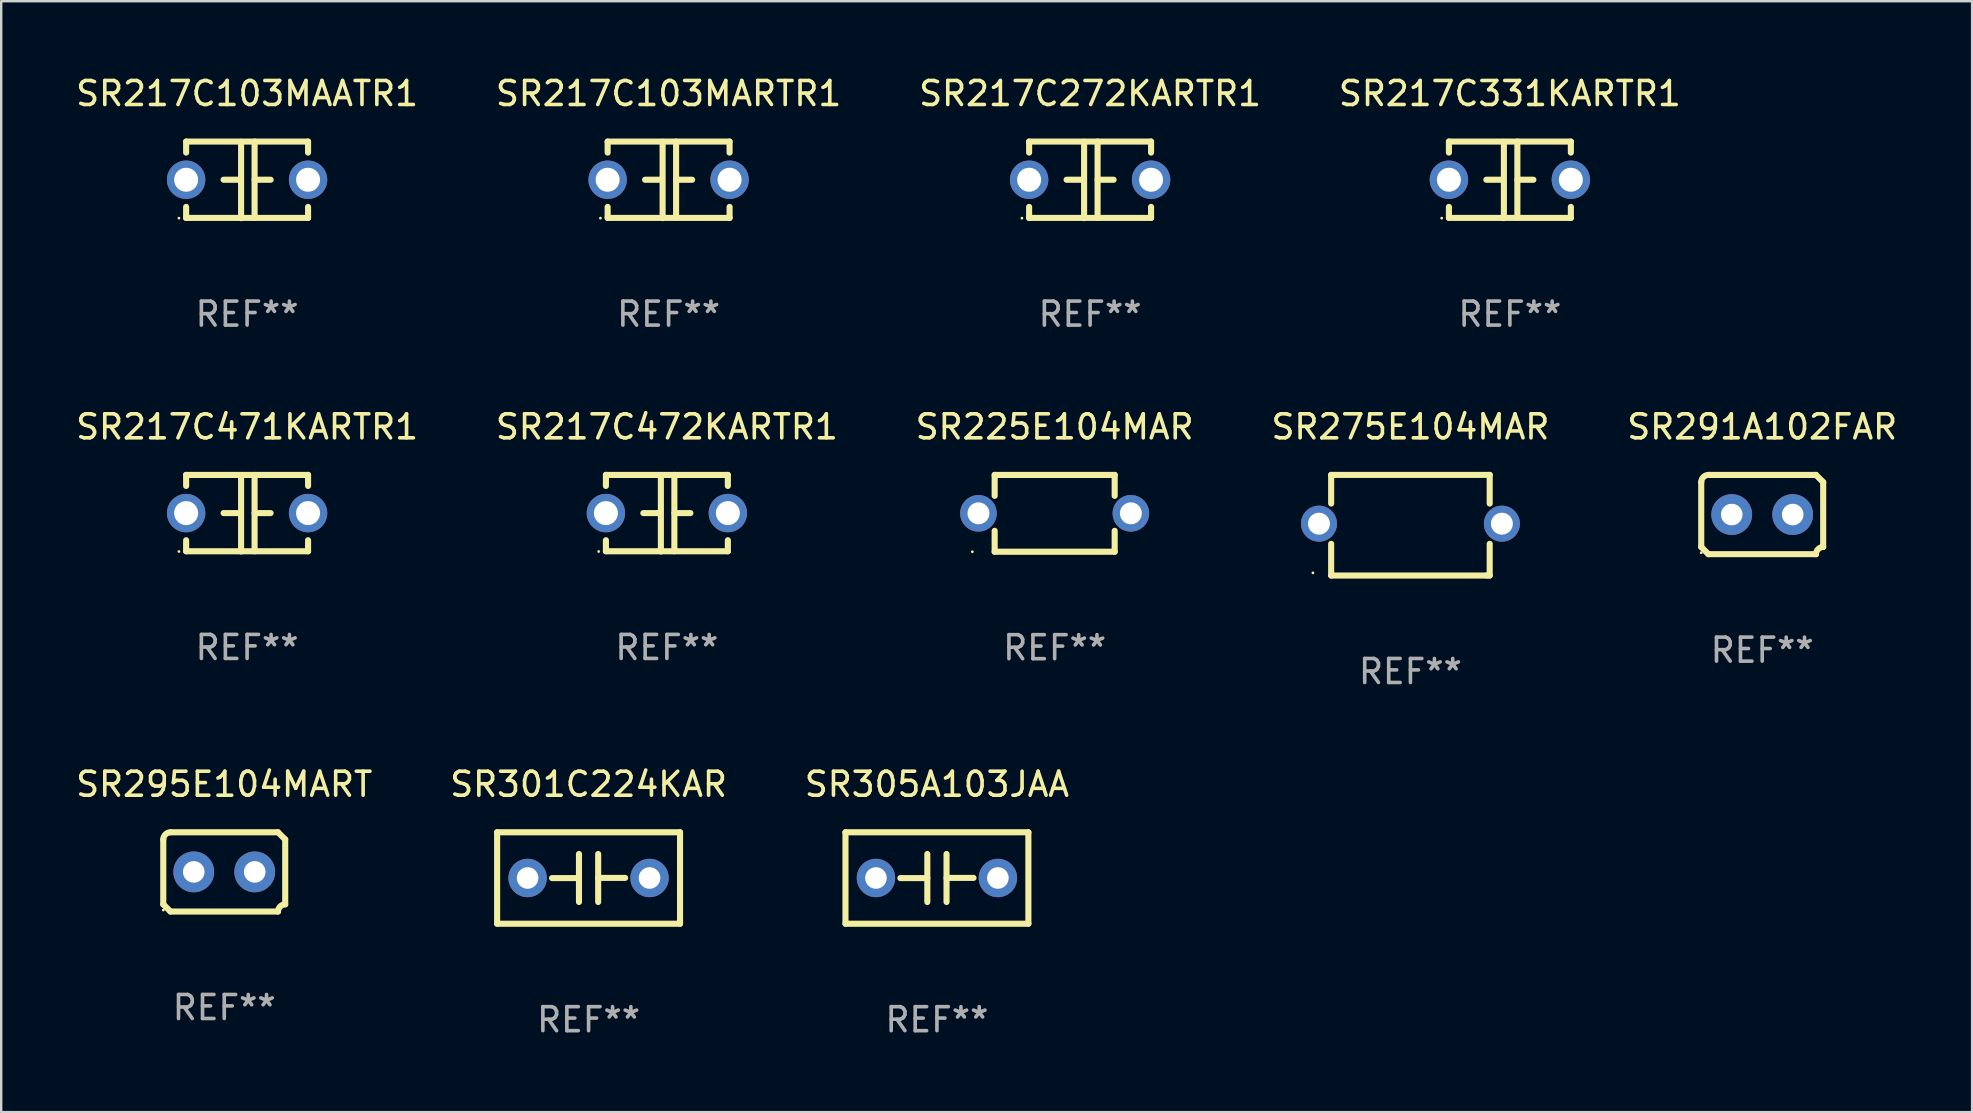
<source format=kicad_pcb>
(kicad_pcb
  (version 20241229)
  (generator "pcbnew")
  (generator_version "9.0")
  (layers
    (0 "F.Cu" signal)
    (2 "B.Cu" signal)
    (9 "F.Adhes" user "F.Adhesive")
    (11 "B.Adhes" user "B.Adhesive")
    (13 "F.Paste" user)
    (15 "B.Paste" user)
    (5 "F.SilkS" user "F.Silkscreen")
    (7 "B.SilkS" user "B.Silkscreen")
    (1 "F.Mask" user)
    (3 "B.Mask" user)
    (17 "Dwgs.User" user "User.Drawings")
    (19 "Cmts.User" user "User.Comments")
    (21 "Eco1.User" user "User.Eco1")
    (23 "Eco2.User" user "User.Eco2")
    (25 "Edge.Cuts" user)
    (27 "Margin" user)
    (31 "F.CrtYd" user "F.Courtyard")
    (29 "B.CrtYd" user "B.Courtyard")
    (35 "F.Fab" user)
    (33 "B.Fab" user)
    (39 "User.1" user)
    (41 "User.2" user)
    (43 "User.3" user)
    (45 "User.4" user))
  (footprint "SR217C272KARTR1"
    (layer "F.Cu")
    (at 42.363 4.443)
    (property "Reference" "SR217C272KARTR1" (at 0 -3.595 0) (layer "F.SilkS") (effects (font (size 1 1) (thickness 0.15))))
    (attr through_hole)
    (fp_line (start -2.54 -1.595) (end -2.54 -1.136) (stroke (width 0.254) (type solid)) (layer "F.SilkS"))
    (fp_line (start -2.54 -1.595) (end 2.54 -1.595) (stroke (width 0.254) (type solid)) (layer "F.SilkS"))
    (fp_line (start -2.54 1.126) (end -2.54 1.585) (stroke (width 0.254) (type solid)) (layer "F.SilkS"))
    (fp_line (start -0.312 -0.005) (end -0.98 -0.005) (stroke (width 0.254) (type solid)) (layer "F.SilkS"))
    (fp_line (start -0.25 -1.585) (end -0.25 1.595) (stroke (width 0.254) (type solid)) (layer "F.SilkS"))
    (fp_line (start 0.312 -1.595) (end 0.312 1.585) (stroke (width 0.254) (type solid)) (layer "F.SilkS"))
    (fp_line (start 0.312 -0.005) (end 0.98 -0.005) (stroke (width 0.254) (type solid)) (layer "F.SilkS"))
    (fp_line (start 2.54 -1.595) (end 2.54 -1.136) (stroke (width 0.254) (type solid)) (layer "F.SilkS"))
    (fp_line (start 2.54 1.126) (end 2.54 1.585) (stroke (width 0.254) (type solid)) (layer "F.SilkS"))
    (fp_line (start 2.54 1.585) (end -2.54 1.585) (stroke (width 0.254) (type solid)) (layer "F.SilkS"))
    (fp_circle (center -2.84 1.595) (end -2.81 1.595) (stroke (width 0.06) (type solid)) (fill no) (layer "F.SilkS"))
    (fp_text user "REF**" (at 0 5.595 0) (layer "F.Fab") (effects (font (size 1 1) (thickness 0.15))))
    (pad "1" thru_hole circle (at -2.54 -0.005) (size 1.6 1.6) (drill 1) (layers "*.Cu" "*.Mask"))
    (pad "2" thru_hole circle (at 2.54 -0.005) (size 1.6 1.6) (drill 1) (layers "*.Cu" "*.Mask")))
  (footprint "SR275E104MAR"
    (layer "F.Cu")
    (at 55.708 18.83)
    (property "Reference" "SR275E104MAR" (at 0 -4.096 0) (layer "F.SilkS") (effects (font (size 1 1) (thickness 0.15))))
    (attr through_hole)
    (fp_line (start -3.302 -2.096) (end -3.302 -0.902) (stroke (width 0.254) (type solid)) (layer "F.SilkS"))
    (fp_line (start -3.302 0.775) (end -3.302 2.096) (stroke (width 0.254) (type solid)) (layer "F.SilkS"))
    (fp_line (start -3.302 2.096) (end 3.175 2.096) (stroke (width 0.254) (type solid)) (layer "F.SilkS"))
    (fp_line (start 3.175 2.096) (end 3.302 2.096) (stroke (width 0.254) (type solid)) (layer "F.SilkS"))
    (fp_line (start 3.302 -2.096) (end -3.302 -2.096) (stroke (width 0.254) (type solid)) (layer "F.SilkS"))
    (fp_line (start 3.302 -0.902) (end 3.302 -2.096) (stroke (width 0.254) (type solid)) (layer "F.SilkS"))
    (fp_line (start 3.302 2.096) (end 3.302 0.775) (stroke (width 0.254) (type solid)) (layer "F.SilkS"))
    (fp_circle (center -4.062 1.987) (end -4.032 1.987) (stroke (width 0.06) (type solid)) (fill no) (layer "F.SilkS"))
    (fp_text user "REF**" (at 0 6.096 0) (layer "F.Fab") (effects (font (size 1 1) (thickness 0.15))))
    (pad "1" thru_hole circle (at -3.81 -0.064) (size 1.5 1.5) (drill 0.914) (layers "*.Cu" "*.Mask"))
    (pad "2" thru_hole circle (at 3.81 -0.064) (size 1.5 1.5) (drill 0.914) (layers "*.Cu" "*.Mask")))
  (footprint "SR217C103MARTR1"
    (layer "F.Cu")
    (at 24.804 4.443)
    (property "Reference" "SR217C103MARTR1" (at 0 -3.595 0) (layer "F.SilkS") (effects (font (size 1 1) (thickness 0.15))))
    (attr through_hole)
    (fp_line (start -2.54 -1.595) (end -2.54 -1.136) (stroke (width 0.254) (type solid)) (layer "F.SilkS"))
    (fp_line (start -2.54 -1.595) (end 2.54 -1.595) (stroke (width 0.254) (type solid)) (layer "F.SilkS"))
    (fp_line (start -2.54 1.126) (end -2.54 1.585) (stroke (width 0.254) (type solid)) (layer "F.SilkS"))
    (fp_line (start -0.312 -0.005) (end -0.98 -0.005) (stroke (width 0.254) (type solid)) (layer "F.SilkS"))
    (fp_line (start -0.25 -1.585) (end -0.25 1.595) (stroke (width 0.254) (type solid)) (layer "F.SilkS"))
    (fp_line (start 0.312 -1.595) (end 0.312 1.585) (stroke (width 0.254) (type solid)) (layer "F.SilkS"))
    (fp_line (start 0.312 -0.005) (end 0.98 -0.005) (stroke (width 0.254) (type solid)) (layer "F.SilkS"))
    (fp_line (start 2.54 -1.595) (end 2.54 -1.136) (stroke (width 0.254) (type solid)) (layer "F.SilkS"))
    (fp_line (start 2.54 1.126) (end 2.54 1.585) (stroke (width 0.254) (type solid)) (layer "F.SilkS"))
    (fp_line (start 2.54 1.585) (end -2.54 1.585) (stroke (width 0.254) (type solid)) (layer "F.SilkS"))
    (fp_circle (center -2.84 1.595) (end -2.81 1.595) (stroke (width 0.06) (type solid)) (fill no) (layer "F.SilkS"))
    (fp_text user "REF**" (at 0 5.595 0) (layer "F.Fab") (effects (font (size 1 1) (thickness 0.15))))
    (pad "1" thru_hole circle (at -2.54 -0.005) (size 1.6 1.6) (drill 1) (layers "*.Cu" "*.Mask"))
    (pad "2" thru_hole circle (at 2.54 -0.005) (size 1.6 1.6) (drill 1) (layers "*.Cu" "*.Mask")))
  (footprint "SR291A102FAR"
    (layer "F.Cu")
    (at 70.363 18.386)
    (property "Reference" "SR291A102FAR" (at 0 -3.651 0) (layer "F.SilkS") (effects (font (size 1 1) (thickness 0.15))))
    (attr through_hole)
    (fp_line (start -2.54 -1.351) (end -2.54 1.351) (stroke (width 0.254) (type solid)) (layer "F.SilkS"))
    (fp_line (start -2.24 -1.651) (end 2.24 -1.651) (stroke (width 0.254) (type solid)) (layer "F.SilkS"))
    (fp_line (start 2.24 1.651) (end -2.24 1.651) (stroke (width 0.254) (type solid)) (layer "F.SilkS"))
    (fp_line (start 2.54 1.351) (end 2.54 -1.351) (stroke (width 0.254) (type solid)) (layer "F.SilkS"))
    (fp_arc (start -2.540005 -1.351283) (mid -2.450115 -1.561309) (end -2.240005 -1.651003) (stroke (width 0.254001) (type solid)) (layer "F.SilkS"))
    (fp_arc (start -2.240287 1.651001) (mid -2.390163 1.501019) (end -2.540005 1.351003) (stroke (width 0.254001) (type solid)) (layer "F.SilkS"))
    (fp_arc (start 2.240005 1.651003) (mid 2.329934 1.441015) (end 2.540005 1.351282) (stroke (width 0.254001) (type solid)) (layer "F.SilkS"))
    (fp_arc (start 2.540005 -1.351003) (mid 2.389393 -1.500252) (end 2.240284 -1.651003) (stroke (width 0.254001) (type solid)) (layer "F.SilkS"))
    (fp_circle (center -2.54 1.59) (end -2.51 1.59) (stroke (width 0.06) (type solid)) (fill no) (layer "F.SilkS"))
    (fp_text user "REF**" (at 0 5.651 0) (layer "F.Fab") (effects (font (size 1 1) (thickness 0.15))))
    (pad "1" thru_hole circle (at -1.27 0) (size 1.7 1.7) (drill 0.9) (layers "*.Cu" "*.Mask"))
    (pad "2" thru_hole circle (at 1.27 0) (size 1.7 1.7) (drill 0.9) (layers "*.Cu" "*.Mask")))
  (footprint "SR217C471KARTR1"
    (layer "F.Cu")
    (at 7.244 18.33)
    (property "Reference" "SR217C471KARTR1" (at 0 -3.595 0) (layer "F.SilkS") (effects (font (size 1 1) (thickness 0.15))))
    (attr through_hole)
    (fp_line (start -2.54 -1.595) (end -2.54 -1.136) (stroke (width 0.254) (type solid)) (layer "F.SilkS"))
    (fp_line (start -2.54 -1.595) (end 2.54 -1.595) (stroke (width 0.254) (type solid)) (layer "F.SilkS"))
    (fp_line (start -2.54 1.126) (end -2.54 1.585) (stroke (width 0.254) (type solid)) (layer "F.SilkS"))
    (fp_line (start -0.312 -0.005) (end -0.98 -0.005) (stroke (width 0.254) (type solid)) (layer "F.SilkS"))
    (fp_line (start -0.25 -1.585) (end -0.25 1.595) (stroke (width 0.254) (type solid)) (layer "F.SilkS"))
    (fp_line (start 0.312 -1.595) (end 0.312 1.585) (stroke (width 0.254) (type solid)) (layer "F.SilkS"))
    (fp_line (start 0.312 -0.005) (end 0.98 -0.005) (stroke (width 0.254) (type solid)) (layer "F.SilkS"))
    (fp_line (start 2.54 -1.595) (end 2.54 -1.136) (stroke (width 0.254) (type solid)) (layer "F.SilkS"))
    (fp_line (start 2.54 1.126) (end 2.54 1.585) (stroke (width 0.254) (type solid)) (layer "F.SilkS"))
    (fp_line (start 2.54 1.585) (end -2.54 1.585) (stroke (width 0.254) (type solid)) (layer "F.SilkS"))
    (fp_circle (center -2.84 1.595) (end -2.81 1.595) (stroke (width 0.06) (type solid)) (fill no) (layer "F.SilkS"))
    (fp_text user "REF**" (at 0 5.595 0) (layer "F.Fab") (effects (font (size 1 1) (thickness 0.15))))
    (pad "1" thru_hole circle (at -2.54 -0.005) (size 1.6 1.6) (drill 1) (layers "*.Cu" "*.Mask"))
    (pad "2" thru_hole circle (at 2.54 -0.005) (size 1.6 1.6) (drill 1) (layers "*.Cu" "*.Mask")))
  (footprint "SR217C472KARTR1"
    (layer "F.Cu")
    (at 24.732 18.33)
    (property "Reference" "SR217C472KARTR1" (at 0 -3.595 0) (layer "F.SilkS") (effects (font (size 1 1) (thickness 0.15))))
    (attr through_hole)
    (fp_line (start -2.54 -1.595) (end -2.54 -1.136) (stroke (width 0.254) (type solid)) (layer "F.SilkS"))
    (fp_line (start -2.54 -1.595) (end 2.54 -1.595) (stroke (width 0.254) (type solid)) (layer "F.SilkS"))
    (fp_line (start -2.54 1.126) (end -2.54 1.585) (stroke (width 0.254) (type solid)) (layer "F.SilkS"))
    (fp_line (start -0.312 -0.005) (end -0.98 -0.005) (stroke (width 0.254) (type solid)) (layer "F.SilkS"))
    (fp_line (start -0.25 -1.585) (end -0.25 1.595) (stroke (width 0.254) (type solid)) (layer "F.SilkS"))
    (fp_line (start 0.312 -1.595) (end 0.312 1.585) (stroke (width 0.254) (type solid)) (layer "F.SilkS"))
    (fp_line (start 0.312 -0.005) (end 0.98 -0.005) (stroke (width 0.254) (type solid)) (layer "F.SilkS"))
    (fp_line (start 2.54 -1.595) (end 2.54 -1.136) (stroke (width 0.254) (type solid)) (layer "F.SilkS"))
    (fp_line (start 2.54 1.126) (end 2.54 1.585) (stroke (width 0.254) (type solid)) (layer "F.SilkS"))
    (fp_line (start 2.54 1.585) (end -2.54 1.585) (stroke (width 0.254) (type solid)) (layer "F.SilkS"))
    (fp_circle (center -2.84 1.595) (end -2.81 1.595) (stroke (width 0.06) (type solid)) (fill no) (layer "F.SilkS"))
    (fp_text user "REF**" (at 0 5.595 0) (layer "F.Fab") (effects (font (size 1 1) (thickness 0.15))))
    (pad "1" thru_hole circle (at -2.54 -0.005) (size 1.6 1.6) (drill 1) (layers "*.Cu" "*.Mask"))
    (pad "2" thru_hole circle (at 2.54 -0.005) (size 1.6 1.6) (drill 1) (layers "*.Cu" "*.Mask")))
  (footprint "SR305A103JAA"
    (layer "F.Cu")
    (at 35.982 33.527)
    (property "Reference" "SR305A103JAA" (at 0 -3.905 0) (layer "F.SilkS") (effects (font (size 1 1) (thickness 0.15))))
    (attr through_hole)
    (fp_line (start -3.81 -1.905) (end 3.81 -1.905) (stroke (width 0.254) (type solid)) (layer "F.SilkS"))
    (fp_line (start -3.81 1.905) (end -3.81 -1.905) (stroke (width 0.254) (type solid)) (layer "F.SilkS"))
    (fp_line (start -0.4 -1) (end -0.4 1) (stroke (width 0.254) (type solid)) (layer "F.SilkS"))
    (fp_line (start -0.4 0.004) (end -1.524 0.004) (stroke (width 0.254) (type solid)) (layer "F.SilkS"))
    (fp_line (start 0.4 -0.004) (end 1.524 -0.004) (stroke (width 0.254) (type solid)) (layer "F.SilkS"))
    (fp_line (start 0.4 1) (end 0.4 -1) (stroke (width 0.254) (type solid)) (layer "F.SilkS"))
    (fp_line (start 3.81 -1.905) (end 3.81 1.905) (stroke (width 0.254) (type solid)) (layer "F.SilkS"))
    (fp_line (start 3.81 1.905) (end -3.81 1.905) (stroke (width 0.254) (type solid)) (layer "F.SilkS"))
    (fp_circle (center -3.8 1.9) (end -3.77 1.9) (stroke (width 0.06) (type solid)) (fill no) (layer "F.SilkS"))
    (fp_text user "REF**" (at 0 5.905 0) (layer "F.Fab") (effects (font (size 1 1) (thickness 0.15))))
    (pad "1" thru_hole circle (at -2.54 0) (size 1.6 1.6) (drill 0.9) (layers "*.Cu" "*.Mask"))
    (pad "2" thru_hole circle (at 2.54 0) (size 1.6 1.6) (drill 0.9) (layers "*.Cu" "*.Mask")))
  (footprint "SR217C103MAATR1"
    (layer "F.Cu")
    (at 7.244 4.443)
    (property "Reference" "SR217C103MAATR1" (at 0 -3.595 0) (layer "F.SilkS") (effects (font (size 1 1) (thickness 0.15))))
    (attr through_hole)
    (fp_line (start -2.54 -1.595) (end -2.54 -1.136) (stroke (width 0.254) (type solid)) (layer "F.SilkS"))
    (fp_line (start -2.54 -1.595) (end 2.54 -1.595) (stroke (width 0.254) (type solid)) (layer "F.SilkS"))
    (fp_line (start -2.54 1.126) (end -2.54 1.585) (stroke (width 0.254) (type solid)) (layer "F.SilkS"))
    (fp_line (start -0.312 -0.005) (end -0.98 -0.005) (stroke (width 0.254) (type solid)) (layer "F.SilkS"))
    (fp_line (start -0.25 -1.585) (end -0.25 1.595) (stroke (width 0.254) (type solid)) (layer "F.SilkS"))
    (fp_line (start 0.312 -1.595) (end 0.312 1.585) (stroke (width 0.254) (type solid)) (layer "F.SilkS"))
    (fp_line (start 0.312 -0.005) (end 0.98 -0.005) (stroke (width 0.254) (type solid)) (layer "F.SilkS"))
    (fp_line (start 2.54 -1.595) (end 2.54 -1.136) (stroke (width 0.254) (type solid)) (layer "F.SilkS"))
    (fp_line (start 2.54 1.126) (end 2.54 1.585) (stroke (width 0.254) (type solid)) (layer "F.SilkS"))
    (fp_line (start 2.54 1.585) (end -2.54 1.585) (stroke (width 0.254) (type solid)) (layer "F.SilkS"))
    (fp_circle (center -2.84 1.595) (end -2.81 1.595) (stroke (width 0.06) (type solid)) (fill no) (layer "F.SilkS"))
    (fp_text user "REF**" (at 0 5.595 0) (layer "F.Fab") (effects (font (size 1 1) (thickness 0.15))))
    (pad "1" thru_hole circle (at -2.54 -0.005) (size 1.6 1.6) (drill 1) (layers "*.Cu" "*.Mask"))
    (pad "2" thru_hole circle (at 2.54 -0.005) (size 1.6 1.6) (drill 1) (layers "*.Cu" "*.Mask")))
  (footprint "SR301C224KAR"
    (layer "F.Cu")
    (at 21.47 33.527)
    (property "Reference" "SR301C224KAR" (at 0 -3.905 0) (layer "F.SilkS") (effects (font (size 1 1) (thickness 0.15))))
    (attr through_hole)
    (fp_line (start -3.81 -1.905) (end 3.81 -1.905) (stroke (width 0.254) (type solid)) (layer "F.SilkS"))
    (fp_line (start -3.81 1.905) (end -3.81 -1.905) (stroke (width 0.254) (type solid)) (layer "F.SilkS"))
    (fp_line (start -0.4 -1) (end -0.4 1) (stroke (width 0.254) (type solid)) (layer "F.SilkS"))
    (fp_line (start -0.4 0.004) (end -1.524 0.004) (stroke (width 0.254) (type solid)) (layer "F.SilkS"))
    (fp_line (start 0.4 -0.004) (end 1.524 -0.004) (stroke (width 0.254) (type solid)) (layer "F.SilkS"))
    (fp_line (start 0.4 1) (end 0.4 -1) (stroke (width 0.254) (type solid)) (layer "F.SilkS"))
    (fp_line (start 3.81 -1.905) (end 3.81 1.905) (stroke (width 0.254) (type solid)) (layer "F.SilkS"))
    (fp_line (start 3.81 1.905) (end -3.81 1.905) (stroke (width 0.254) (type solid)) (layer "F.SilkS"))
    (fp_circle (center -3.8 1.9) (end -3.77 1.9) (stroke (width 0.06) (type solid)) (fill no) (layer "F.SilkS"))
    (fp_text user "REF**" (at 0 5.905 0) (layer "F.Fab") (effects (font (size 1 1) (thickness 0.15))))
    (pad "1" thru_hole circle (at -2.54 0) (size 1.6 1.6) (drill 0.9) (layers "*.Cu" "*.Mask"))
    (pad "2" thru_hole circle (at 2.54 0) (size 1.6 1.6) (drill 0.9) (layers "*.Cu" "*.Mask")))
  (footprint "SR225E104MAR"
    (layer "F.Cu")
    (at 40.887 18.335)
    (property "Reference" "SR225E104MAR" (at 0 -3.6 0) (layer "F.SilkS") (effects (font (size 1 1) (thickness 0.15))))
    (attr through_hole)
    (fp_line (start -2.5 -1.6) (end 2.5 -1.6) (stroke (width 0.254) (type solid)) (layer "F.SilkS"))
    (fp_line (start -2.5 -0.728) (end -2.5 -1.6) (stroke (width 0.254) (type solid)) (layer "F.SilkS"))
    (fp_line (start -2.5 1.6) (end -2.5 0.728) (stroke (width 0.254) (type solid)) (layer "F.SilkS"))
    (fp_line (start 2.5 -1.6) (end 2.5 -0.728) (stroke (width 0.254) (type solid)) (layer "F.SilkS"))
    (fp_line (start 2.5 0.728) (end 2.5 1.6) (stroke (width 0.254) (type solid)) (layer "F.SilkS"))
    (fp_line (start 2.5 1.6) (end -2.5 1.6) (stroke (width 0.254) (type solid)) (layer "F.SilkS"))
    (fp_circle (center -3.43 1.6) (end -3.4 1.6) (stroke (width 0.06) (type solid)) (fill no) (layer "F.SilkS"))
    (fp_text user "REF**" (at 0 5.6 0) (layer "F.Fab") (effects (font (size 1 1) (thickness 0.15))))
    (pad "1" thru_hole circle (at -3.175 0) (size 1.524 1.524) (drill 0.914) (layers "*.Cu" "*.Mask"))
    (pad "2" thru_hole circle (at 3.175 0) (size 1.524 1.524) (drill 0.914) (layers "*.Cu" "*.Mask")))
  (footprint "SR217C331KARTR1"
    (layer "F.Cu")
    (at 59.851 4.443)
    (property "Reference" "SR217C331KARTR1" (at 0 -3.595 0) (layer "F.SilkS") (effects (font (size 1 1) (thickness 0.15))))
    (attr through_hole)
    (fp_line (start -2.54 -1.595) (end -2.54 -1.136) (stroke (width 0.254) (type solid)) (layer "F.SilkS"))
    (fp_line (start -2.54 -1.595) (end 2.54 -1.595) (stroke (width 0.254) (type solid)) (layer "F.SilkS"))
    (fp_line (start -2.54 1.126) (end -2.54 1.585) (stroke (width 0.254) (type solid)) (layer "F.SilkS"))
    (fp_line (start -0.312 -0.005) (end -0.98 -0.005) (stroke (width 0.254) (type solid)) (layer "F.SilkS"))
    (fp_line (start -0.25 -1.585) (end -0.25 1.595) (stroke (width 0.254) (type solid)) (layer "F.SilkS"))
    (fp_line (start 0.312 -1.595) (end 0.312 1.585) (stroke (width 0.254) (type solid)) (layer "F.SilkS"))
    (fp_line (start 0.312 -0.005) (end 0.98 -0.005) (stroke (width 0.254) (type solid)) (layer "F.SilkS"))
    (fp_line (start 2.54 -1.595) (end 2.54 -1.136) (stroke (width 0.254) (type solid)) (layer "F.SilkS"))
    (fp_line (start 2.54 1.126) (end 2.54 1.585) (stroke (width 0.254) (type solid)) (layer "F.SilkS"))
    (fp_line (start 2.54 1.585) (end -2.54 1.585) (stroke (width 0.254) (type solid)) (layer "F.SilkS"))
    (fp_circle (center -2.84 1.595) (end -2.81 1.595) (stroke (width 0.06) (type solid)) (fill no) (layer "F.SilkS"))
    (fp_text user "REF**" (at 0 5.595 0) (layer "F.Fab") (effects (font (size 1 1) (thickness 0.15))))
    (pad "1" thru_hole circle (at -2.54 -0.005) (size 1.6 1.6) (drill 1) (layers "*.Cu" "*.Mask"))
    (pad "2" thru_hole circle (at 2.54 -0.005) (size 1.6 1.6) (drill 1) (layers "*.Cu" "*.Mask")))
  (footprint "SR295E104MART"
    (layer "F.Cu")
    (at 6.292 33.273)
    (property "Reference" "SR295E104MART" (at 0 -3.651 0) (layer "F.SilkS") (effects (font (size 1 1) (thickness 0.15))))
    (attr through_hole)
    (fp_line (start -2.54 -1.351) (end -2.54 1.351) (stroke (width 0.254) (type solid)) (layer "F.SilkS"))
    (fp_line (start -2.24 -1.651) (end 2.24 -1.651) (stroke (width 0.254) (type solid)) (layer "F.SilkS"))
    (fp_line (start 2.24 1.651) (end -2.24 1.651) (stroke (width 0.254) (type solid)) (layer "F.SilkS"))
    (fp_line (start 2.54 1.351) (end 2.54 -1.351) (stroke (width 0.254) (type solid)) (layer "F.SilkS"))
    (fp_arc (start -2.540005 -1.351283) (mid -2.450115 -1.561309) (end -2.240005 -1.651003) (stroke (width 0.254001) (type solid)) (layer "F.SilkS"))
    (fp_arc (start -2.240287 1.651001) (mid -2.390163 1.501019) (end -2.540005 1.351003) (stroke (width 0.254001) (type solid)) (layer "F.SilkS"))
    (fp_arc (start 2.240005 1.651003) (mid 2.329934 1.441015) (end 2.540005 1.351282) (stroke (width 0.254001) (type solid)) (layer "F.SilkS"))
    (fp_arc (start 2.540005 -1.351003) (mid 2.389393 -1.500252) (end 2.240284 -1.651003) (stroke (width 0.254001) (type solid)) (layer "F.SilkS"))
    (fp_circle (center -2.54 1.59) (end -2.51 1.59) (stroke (width 0.06) (type solid)) (fill no) (layer "F.SilkS"))
    (fp_text user "REF**" (at 0 5.651 0) (layer "F.Fab") (effects (font (size 1 1) (thickness 0.15))))
    (pad "1" thru_hole circle (at -1.27 0) (size 1.7 1.7) (drill 0.9) (layers "*.Cu" "*.Mask"))
    (pad "2" thru_hole circle (at 1.27 0) (size 1.7 1.7) (drill 0.9) (layers "*.Cu" "*.Mask")))
  (gr_rect
    (start -3 -3)
    (end 79.107 43.28)
    (stroke (width 0.1) (type default))
    (fill no)
    (layer "Edge.Cuts")))
</source>
